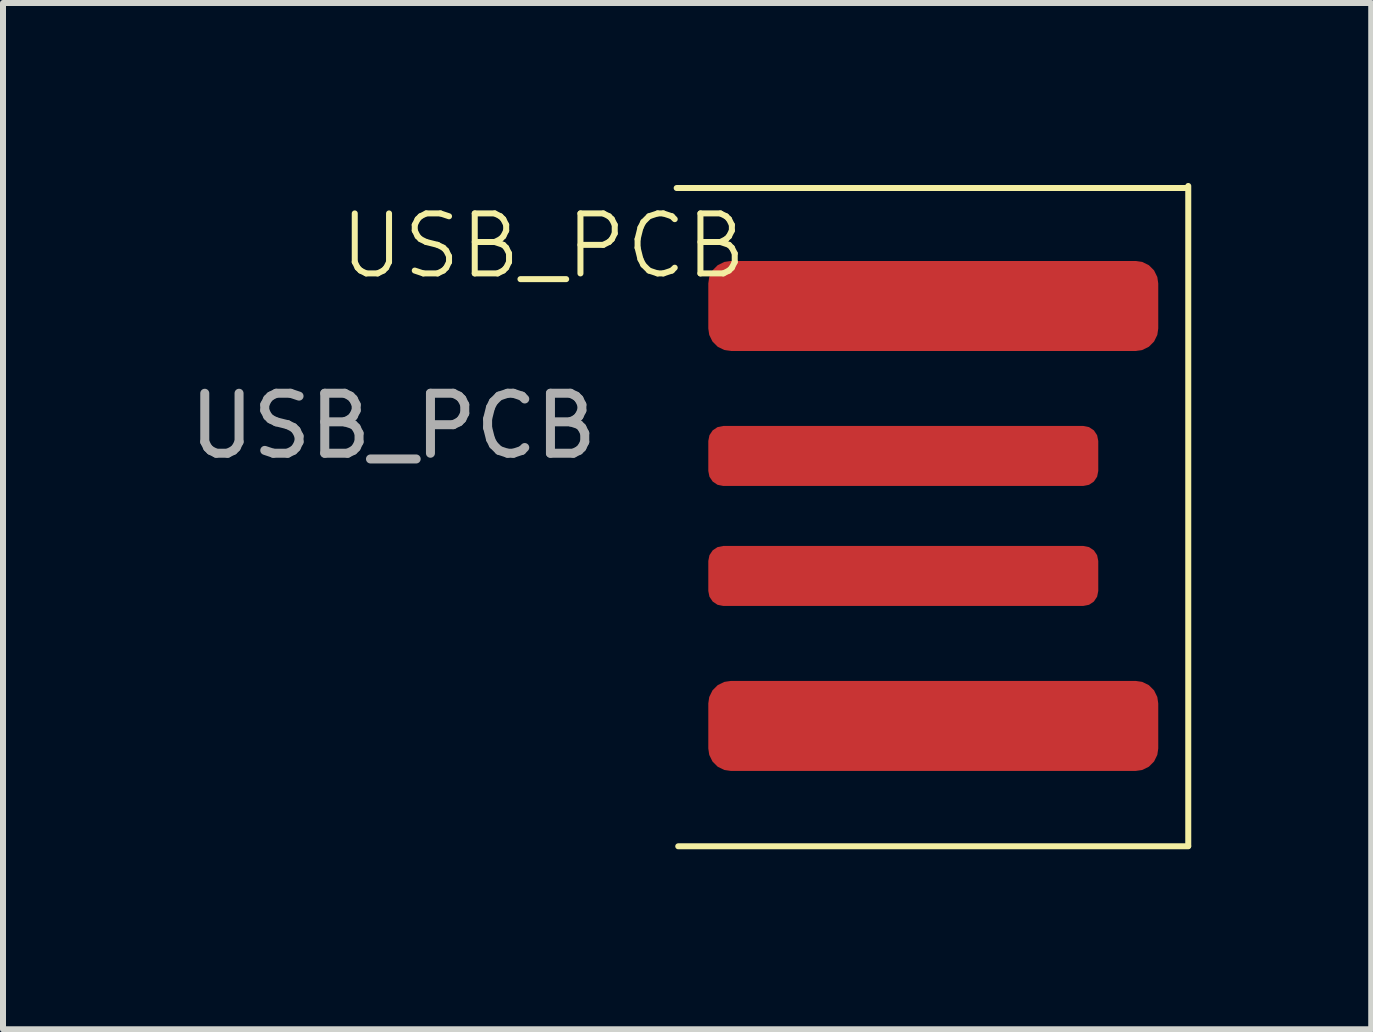
<source format=kicad_pcb>
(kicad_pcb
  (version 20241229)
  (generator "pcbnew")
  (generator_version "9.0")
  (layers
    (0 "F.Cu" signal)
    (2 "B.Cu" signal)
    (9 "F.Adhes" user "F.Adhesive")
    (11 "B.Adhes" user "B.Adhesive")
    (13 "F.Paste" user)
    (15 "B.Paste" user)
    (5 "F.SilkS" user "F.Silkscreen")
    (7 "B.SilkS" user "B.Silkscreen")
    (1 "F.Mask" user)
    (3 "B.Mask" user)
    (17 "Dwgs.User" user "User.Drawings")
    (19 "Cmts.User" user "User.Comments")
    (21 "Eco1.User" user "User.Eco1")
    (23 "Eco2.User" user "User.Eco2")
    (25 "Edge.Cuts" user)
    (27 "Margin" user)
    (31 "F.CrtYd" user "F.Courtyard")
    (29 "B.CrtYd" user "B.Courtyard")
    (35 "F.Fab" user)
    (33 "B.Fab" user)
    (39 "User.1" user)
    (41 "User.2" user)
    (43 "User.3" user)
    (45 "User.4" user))
  (footprint "USB_PCB"
    (layer "F.Cu")
    (at 8.756 1.3)
    (property "Reference" "USB_PCB" (at -2.75 -0.25 0) (unlocked yes) (layer "F.SilkS") (effects (font (size 1 1) (thickness 0.1))))
    (attr smd)
    (fp_line (start -0.527 -1.216) (end 7.973 -1.216) (stroke (width 0.1) (type default)) (layer "F.SilkS"))
    (fp_line (start 7.999 9.756) (end -0.501 9.756) (stroke (width 0.1) (type default)) (layer "F.SilkS"))
    (fp_line (start 8 -1.25) (end 8 9.75) (stroke (width 0.1) (type default)) (layer "F.SilkS"))
    (fp_text user "${REFERENCE}" (at -5.25 2.75 0) (unlocked yes) (layer "F.Fab") (effects (font (size 1 1) (thickness 0.15))))
    (pad "1" smd roundrect (at 3.75 0.75) (size 7.5 1.5) (layers "F.Cu" "F.Mask" "F.Paste") (roundrect_rratio 0.25))
    (pad "2" smd roundrect (at 3.25 3.25) (size 6.5 1) (layers "F.Cu" "F.Mask" "F.Paste") (roundrect_rratio 0.25))
    (pad "3" smd roundrect (at 3.25 5.25) (size 6.5 1) (layers "F.Cu" "F.Mask" "F.Paste") (roundrect_rratio 0.25))
    (pad "4" smd roundrect (at 3.75 7.75) (size 7.5 1.5) (layers "F.Cu" "F.Mask" "F.Paste") (roundrect_rratio 0.25)))
  (gr_rect
    (start -3 -3)
    (end 19.806 14.106)
    (stroke (width 0.1) (type default))
    (fill no)
    (layer "Edge.Cuts")))
</source>
